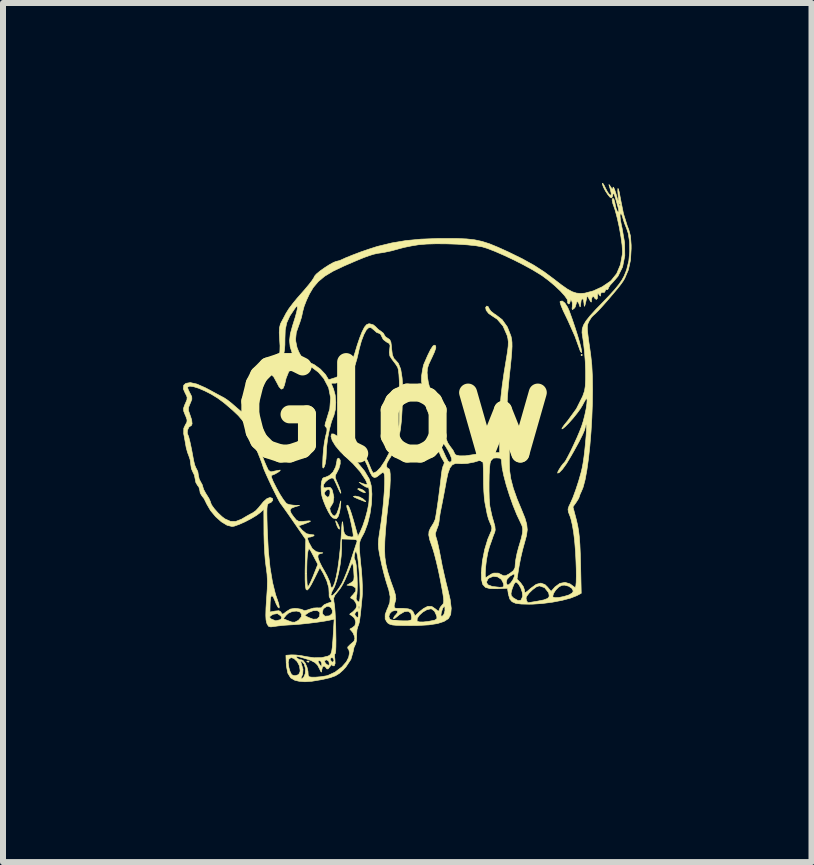
<source format=kicad_pcb>
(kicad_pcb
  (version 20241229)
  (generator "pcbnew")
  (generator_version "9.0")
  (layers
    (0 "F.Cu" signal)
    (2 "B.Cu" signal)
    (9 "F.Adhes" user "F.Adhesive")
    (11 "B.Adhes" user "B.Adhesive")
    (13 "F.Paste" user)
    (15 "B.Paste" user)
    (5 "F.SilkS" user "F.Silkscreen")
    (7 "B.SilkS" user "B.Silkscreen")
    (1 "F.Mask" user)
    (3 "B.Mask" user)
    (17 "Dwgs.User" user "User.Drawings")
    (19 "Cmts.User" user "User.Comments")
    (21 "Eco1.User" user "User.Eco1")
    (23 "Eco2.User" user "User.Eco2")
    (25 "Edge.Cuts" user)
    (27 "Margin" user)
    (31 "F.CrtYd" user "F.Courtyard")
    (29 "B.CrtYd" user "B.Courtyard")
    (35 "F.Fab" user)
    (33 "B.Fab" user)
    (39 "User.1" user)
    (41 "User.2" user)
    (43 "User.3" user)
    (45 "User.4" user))
  (footprint "Glow"
    (layer "F.Cu")
    (at 3.48 3.818)
    (property "Reference" "Glow" (at 0 0 0) (layer "F.SilkS") (effects (font (size 1.524 1.524) (thickness 0.3))))
    (attr through_hole)
    (fp_poly (pts (xy 3.175 -0.953) (xy 3.162 -0.94) (xy 3.15 -0.953) (xy 3.162 -0.965) (xy 3.175 -0.953)) (stroke (width 0.01) (type solid)) (fill yes) (layer "F.SilkS"))
    (fp_poly (pts (xy -1.38 4.149) (xy -1.384 4.164) (xy -1.397 4.166) (xy -1.418 4.156) (xy -1.414 4.149) (xy -1.384 4.146) (xy -1.38 4.149)) (stroke (width 0.01) (type solid)) (fill yes) (layer "F.SilkS"))
    (fp_poly (pts (xy -0.507 1.285) (xy -0.468 1.307) (xy -0.44 1.335) (xy -0.449 1.343) (xy -0.489 1.331) (xy -0.533 1.308) (xy -0.57 1.282) (xy -0.56 1.271) (xy -0.557 1.271) (xy -0.507 1.285)) (stroke (width 0.01) (type solid)) (fill yes) (layer "F.SilkS"))
    (fp_poly (pts (xy -0.917 1.831) (xy -0.899 1.863) (xy -0.876 1.916) (xy -0.873 1.948) (xy -0.874 1.949) (xy -0.891 1.939) (xy -0.914 1.894) (xy -0.914 1.894) (xy -0.935 1.83) (xy -0.936 1.809) (xy -0.917 1.831)) (stroke (width 0.01) (type solid)) (fill yes) (layer "F.SilkS"))
    (fp_poly (pts (xy -0.537 1.414) (xy -0.479 1.447) (xy -0.442 1.479) (xy -0.435 1.492) (xy -0.464 1.484) (xy -0.532 1.457) (xy -0.559 1.447) (xy -0.622 1.419) (xy -0.642 1.405) (xy -0.621 1.399) (xy -0.606 1.398) (xy -0.537 1.414)) (stroke (width 0.01) (type solid)) (fill yes) (layer "F.SilkS"))
    (fp_poly (pts (xy 2.883 -1.818) (xy 2.928 -1.748) (xy 2.955 -1.687) (xy 3.005 -1.549) (xy 3.052 -1.41) (xy 3.094 -1.279) (xy 3.128 -1.163) (xy 3.151 -1.071) (xy 3.162 -1.011) (xy 3.159 -0.991) (xy 3.143 -1.01) (xy 3.138 -1.022) (xy 3.051 -1.263) (xy 2.937 -1.52) (xy 2.902 -1.593) (xy 2.854 -1.692) (xy 2.82 -1.774) (xy 2.803 -1.829) (xy 2.803 -1.846) (xy 2.839 -1.853) (xy 2.883 -1.818)) (stroke (width 0.01) (type solid)) (fill yes) (layer "F.SilkS"))
    (fp_poly (pts (xy -0.883 0.768) (xy -0.861 0.799) (xy -0.861 0.86) (xy -0.881 0.935) (xy -0.913 0.999) (xy -0.94 1.049) (xy -0.944 1.088) (xy -0.925 1.141) (xy -0.913 1.166) (xy -0.878 1.248) (xy -0.853 1.325) (xy -0.851 1.335) (xy -0.851 1.353) (xy -0.867 1.328) (xy -0.896 1.267) (xy -0.898 1.261) (xy -0.933 1.182) (xy -0.961 1.124) (xy -0.974 1.1) (xy -1.008 1.097) (xy -1.058 1.121) (xy -1.106 1.161) (xy -1.136 1.204) (xy -1.139 1.214) (xy -1.138 1.255) (xy -1.111 1.262) (xy -1.082 1.256) (xy -1.031 1.252) (xy -1.001 1.283) (xy -0.991 1.307) (xy -0.967 1.416) (xy -0.98 1.509) (xy -1.007 1.554) (xy -1.035 1.6) (xy -1.026 1.651) (xy -1.021 1.664) (xy -0.985 1.72) (xy -0.952 1.73) (xy -0.919 1.692) (xy -0.886 1.604) (xy -0.856 1.486) (xy -0.851 1.479) (xy -0.852 1.514) (xy -0.855 1.56) (xy -0.871 1.662) (xy -0.894 1.736) (xy -0.923 1.774) (xy -0.934 1.776) (xy -0.973 1.766) (xy -0.985 1.761) (xy -1.018 1.728) (xy -1.059 1.66) (xy -1.103 1.57) (xy -1.143 1.471) (xy -1.166 1.397) (xy -1.174 1.347) (xy -1.128 1.347) (xy -1.113 1.382) (xy -1.111 1.385) (xy -1.071 1.418) (xy -1.046 1.404) (xy -1.032 1.366) (xy -1.03 1.307) (xy -1.053 1.284) (xy -1.094 1.302) (xy -1.101 1.308) (xy -1.128 1.347) (xy -1.174 1.347) (xy -1.178 1.319) (xy -1.18 1.235) (xy -1.172 1.16) (xy -1.156 1.107) (xy -1.136 1.091) (xy -1.102 1.082) (xy -1.046 1.057) (xy -1.042 1.055) (xy -0.981 0.998) (xy -0.936 0.91) (xy -0.915 0.808) (xy -0.915 0.792) (xy -0.897 0.767) (xy -0.883 0.768)) (stroke (width 0.01) (type solid)) (fill yes) (layer "F.SilkS"))
    (fp_poly (pts (xy 3.538 -3.777) (xy 3.554 -3.743) (xy 3.592 -3.671) (xy 3.625 -3.626) (xy 3.649 -3.613) (xy 3.656 -3.636) (xy 3.652 -3.66) (xy 3.634 -3.731) (xy 3.621 -3.772) (xy 3.617 -3.794) (xy 3.635 -3.771) (xy 3.642 -3.759) (xy 3.67 -3.718) (xy 3.681 -3.719) (xy 3.685 -3.747) (xy 3.692 -3.75) (xy 3.71 -3.713) (xy 3.733 -3.642) (xy 3.736 -3.632) (xy 3.784 -3.467) (xy 3.771 -3.6) (xy 3.764 -3.688) (xy 3.766 -3.727) (xy 3.774 -3.72) (xy 3.788 -3.668) (xy 3.806 -3.573) (xy 3.81 -3.55) (xy 3.859 -3.307) (xy 3.923 -3.102) (xy 3.947 -3.042) (xy 3.975 -2.937) (xy 3.987 -2.784) (xy 3.987 -2.725) (xy 3.976 -2.534) (xy 3.941 -2.373) (xy 3.879 -2.228) (xy 3.853 -2.184) (xy 3.815 -2.13) (xy 3.754 -2.053) (xy 3.678 -1.962) (xy 3.596 -1.866) (xy 3.515 -1.774) (xy 3.443 -1.695) (xy 3.388 -1.64) (xy 3.362 -1.618) (xy 3.327 -1.583) (xy 3.289 -1.524) (xy 3.286 -1.518) (xy 3.272 -1.489) (xy 3.262 -1.461) (xy 3.257 -1.427) (xy 3.257 -1.379) (xy 3.264 -1.309) (xy 3.276 -1.21) (xy 3.296 -1.074) (xy 3.313 -0.953) (xy 3.331 -0.789) (xy 3.341 -0.595) (xy 3.344 -0.379) (xy 3.341 -0.148) (xy 3.332 0.091) (xy 3.318 0.329) (xy 3.299 0.559) (xy 3.276 0.774) (xy 3.249 0.966) (xy 3.219 1.128) (xy 3.186 1.252) (xy 3.161 1.313) (xy 3.135 1.37) (xy 3.124 1.406) (xy 3.124 1.406) (xy 3.111 1.439) (xy 3.077 1.493) (xy 3.071 1.502) (xy 3.017 1.578) (xy 3.075 1.798) (xy 3.096 1.89) (xy 3.112 1.982) (xy 3.124 2.086) (xy 3.133 2.212) (xy 3.14 2.37) (xy 3.144 2.519) (xy 3.155 3.018) (xy 3.079 3.058) (xy 2.977 3.098) (xy 2.838 3.135) (xy 2.677 3.166) (xy 2.508 3.188) (xy 2.345 3.199) (xy 2.29 3.2) (xy 2.155 3.197) (xy 2.062 3.185) (xy 2.002 3.158) (xy 1.965 3.114) (xy 1.945 3.046) (xy 1.94 3.019) (xy 1.939 3.017) (xy 1.985 3.017) (xy 1.989 3.057) (xy 2.018 3.089) (xy 2.034 3.101) (xy 2.102 3.139) (xy 2.151 3.132) (xy 2.167 3.097) (xy 2.235 3.097) (xy 2.245 3.143) (xy 2.264 3.173) (xy 2.271 3.175) (xy 2.295 3.171) (xy 2.355 3.161) (xy 2.422 3.15) (xy 2.532 3.128) (xy 2.597 3.103) (xy 2.622 3.069) (xy 2.622 3.069) (xy 2.68 3.069) (xy 2.684 3.08) (xy 2.717 3.091) (xy 2.783 3.088) (xy 2.866 3.071) (xy 2.951 3.045) (xy 2.953 3.044) (xy 3.003 3.014) (xy 3.023 2.982) (xy 3 2.936) (xy 2.946 2.9) (xy 2.877 2.882) (xy 2.832 2.885) (xy 2.781 2.913) (xy 2.73 2.964) (xy 2.693 3.021) (xy 2.68 3.069) (xy 2.622 3.069) (xy 2.615 3.022) (xy 2.604 2.998) (xy 2.545 2.924) (xy 2.464 2.896) (xy 2.45 2.896) (xy 2.404 2.913) (xy 2.345 2.957) (xy 2.287 3.013) (xy 2.246 3.067) (xy 2.235 3.097) (xy 2.167 3.097) (xy 2.176 3.079) (xy 2.179 3.06) (xy 2.172 3) (xy 2.149 2.933) (xy 2.116 2.873) (xy 2.082 2.836) (xy 2.058 2.832) (xy 2.036 2.864) (xy 2.01 2.926) (xy 2.002 2.95) (xy 1.985 3.017) (xy 1.939 3.017) (xy 1.926 2.934) (xy 1.756 2.942) (xy 1.638 2.941) (xy 1.56 2.92) (xy 1.514 2.87) (xy 1.505 2.836) (xy 1.575 2.836) (xy 1.6 2.876) (xy 1.672 2.904) (xy 1.789 2.917) (xy 1.794 2.918) (xy 1.848 2.915) (xy 1.864 2.894) (xy 1.86 2.857) (xy 1.853 2.841) (xy 1.905 2.841) (xy 1.923 2.88) (xy 1.948 2.875) (xy 1.984 2.84) (xy 2.019 2.788) (xy 2.041 2.737) (xy 2.046 2.701) (xy 2.03 2.697) (xy 1.983 2.724) (xy 1.968 2.733) (xy 1.919 2.784) (xy 1.905 2.841) (xy 1.853 2.841) (xy 1.825 2.787) (xy 1.763 2.745) (xy 1.689 2.735) (xy 1.62 2.763) (xy 1.598 2.784) (xy 1.575 2.836) (xy 1.505 2.836) (xy 1.493 2.786) (xy 1.492 2.734) (xy 1.556 2.734) (xy 1.563 2.754) (xy 1.58 2.749) (xy 1.594 2.738) (xy 1.656 2.698) (xy 1.697 2.681) (xy 1.773 2.682) (xy 1.816 2.703) (xy 1.859 2.726) (xy 1.896 2.725) (xy 1.949 2.697) (xy 1.966 2.686) (xy 2.025 2.641) (xy 2.051 2.592) (xy 2.056 2.527) (xy 2.065 2.454) (xy 2.085 2.353) (xy 2.114 2.243) (xy 2.121 2.223) (xy 2.157 2.1) (xy 2.176 2.014) (xy 2.18 1.95) (xy 2.17 1.897) (xy 2.147 1.846) (xy 2.082 1.709) (xy 2.018 1.551) (xy 1.958 1.381) (xy 1.905 1.213) (xy 1.864 1.057) (xy 1.837 0.925) (xy 1.829 0.838) (xy 1.824 0.787) (xy 1.798 0.766) (xy 1.741 0.762) (xy 1.683 0.767) (xy 1.653 0.791) (xy 1.637 0.849) (xy 1.635 0.857) (xy 1.627 0.933) (xy 1.621 1.044) (xy 1.619 1.176) (xy 1.619 1.312) (xy 1.622 1.437) (xy 1.629 1.537) (xy 1.634 1.575) (xy 1.667 1.727) (xy 1.716 1.898) (xy 1.722 1.963) (xy 1.714 2) (xy 1.693 2.051) (xy 1.686 2.07) (xy 1.674 2.106) (xy 1.65 2.174) (xy 1.626 2.24) (xy 1.598 2.342) (xy 1.575 2.467) (xy 1.562 2.581) (xy 1.556 2.679) (xy 1.556 2.734) (xy 1.492 2.734) (xy 1.491 2.666) (xy 1.508 2.479) (xy 1.546 2.288) (xy 1.598 2.116) (xy 1.627 2.048) (xy 1.658 1.976) (xy 1.666 1.929) (xy 1.653 1.884) (xy 1.643 1.862) (xy 1.611 1.784) (xy 1.588 1.702) (xy 1.572 1.618) (xy 1.553 1.522) (xy 1.549 1.499) (xy 1.54 1.427) (xy 1.532 1.319) (xy 1.527 1.192) (xy 1.526 1.083) (xy 1.524 0.955) (xy 1.521 0.87) (xy 1.515 0.82) (xy 1.504 0.798) (xy 1.488 0.796) (xy 1.483 0.798) (xy 1.371 0.832) (xy 1.256 0.854) (xy 1.159 0.859) (xy 1.135 0.857) (xy 1.062 0.854) (xy 1.008 0.876) (xy 0.967 0.929) (xy 0.934 1.02) (xy 0.905 1.155) (xy 0.903 1.168) (xy 0.879 1.3) (xy 0.853 1.437) (xy 0.83 1.556) (xy 0.824 1.584) (xy 0.805 1.681) (xy 0.792 1.764) (xy 0.787 1.815) (xy 0.776 1.877) (xy 0.749 1.949) (xy 0.748 1.951) (xy 0.723 2.026) (xy 0.733 2.076) (xy 0.747 2.119) (xy 0.767 2.199) (xy 0.79 2.306) (xy 0.811 2.414) (xy 0.839 2.561) (xy 0.874 2.718) (xy 0.908 2.863) (xy 0.927 2.934) (xy 0.971 3.121) (xy 0.989 3.267) (xy 0.98 3.371) (xy 0.944 3.437) (xy 0.942 3.44) (xy 0.868 3.487) (xy 0.761 3.522) (xy 0.618 3.544) (xy 0.433 3.555) (xy 0.313 3.556) (xy 0.174 3.555) (xy 0.076 3.552) (xy 0.011 3.546) (xy -0.032 3.535) (xy -0.061 3.519) (xy -0.077 3.505) (xy -0.092 3.48) (xy 0.42 3.48) (xy 0.421 3.482) (xy 0.454 3.495) (xy 0.522 3.496) (xy 0.608 3.487) (xy 0.698 3.469) (xy 0.719 3.464) (xy 0.751 3.439) (xy 0.747 3.395) (xy 0.744 3.388) (xy 0.816 3.388) (xy 0.831 3.401) (xy 0.841 3.399) (xy 0.867 3.368) (xy 0.884 3.308) (xy 0.884 3.3) (xy 0.883 3.247) (xy 0.869 3.237) (xy 0.847 3.267) (xy 0.825 3.334) (xy 0.824 3.337) (xy 0.816 3.388) (xy 0.744 3.388) (xy 0.71 3.316) (xy 0.661 3.279) (xy 0.646 3.277) (xy 0.582 3.292) (xy 0.515 3.331) (xy 0.458 3.383) (xy 0.422 3.436) (xy 0.42 3.48) (xy -0.092 3.48) (xy -0.112 3.446) (xy -0.112 3.406) (xy -0.051 3.406) (xy -0.035 3.447) (xy -0.006 3.462) (xy 0.043 3.469) (xy 0.122 3.475) (xy 0.184 3.477) (xy 0.266 3.477) (xy 0.31 3.47) (xy 0.327 3.451) (xy 0.33 3.419) (xy 0.315 3.349) (xy 0.272 3.317) (xy 0.207 3.325) (xy 0.127 3.372) (xy 0.095 3.399) (xy 0.051 3.434) (xy 0.027 3.441) (xy 0.025 3.437) (xy 0.043 3.4) (xy 0.064 3.378) (xy 0.098 3.336) (xy 0.089 3.308) (xy 0.056 3.302) (xy 0.000193 3.319) (xy -0.037 3.359) (xy -0.051 3.406) (xy -0.112 3.406) (xy -0.112 3.372) (xy -0.075 3.273) (xy -0.066 3.256) (xy -0.034 3.169) (xy -0.029 3.075) (xy -0.052 2.959) (xy -0.078 2.88) (xy -0.106 2.788) (xy -0.139 2.666) (xy -0.171 2.534) (xy -0.184 2.471) (xy -0.208 2.357) (xy -0.221 2.273) (xy -0.226 2.2) (xy -0.222 2.124) (xy -0.209 2.027) (xy -0.193 1.925) (xy -0.172 1.78) (xy -0.153 1.625) (xy -0.138 1.469) (xy -0.127 1.323) (xy -0.121 1.196) (xy -0.12 1.098) (xy -0.125 1.039) (xy -0.126 1.034) (xy -0.14 1.005) (xy -0.162 1.008) (xy -0.202 1.04) (xy -0.254 1.08) (xy -0.294 1.09) (xy -0.329 1.065) (xy -0.364 1.002) (xy -0.407 0.895) (xy -0.409 0.889) (xy -0.488 0.725) (xy -0.595 0.583) (xy -0.716 0.474) (xy -0.74 0.459) (xy -0.793 0.422) (xy -0.803 0.408) (xy -0.771 0.416) (xy -0.716 0.442) (xy -0.602 0.527) (xy -0.496 0.652) (xy -0.406 0.808) (xy -0.369 0.895) (xy -0.34 0.964) (xy -0.317 1.007) (xy -0.308 1.015) (xy -0.254 0.99) (xy -0.189 0.922) (xy -0.118 0.815) (xy -0.043 0.674) (xy -0.012 0.61) (xy 0.022 0.535) (xy 0.052 0.471) (xy 0.055 0.466) (xy 0.07 0.413) (xy 0.065 0.384) (xy 0.066 0.345) (xy 0.089 0.296) (xy 0.107 0.26) (xy 0.119 0.214) (xy 0.124 0.148) (xy 0.125 0.05) (xy 0.122 -0.088) (xy 0.122 -0.089) (xy 0.122 -0.15) (xy 0.124 -0.226) (xy 0.124 -0.229) (xy 0.127 -0.377) (xy 0.124 -0.515) (xy 0.117 -0.63) (xy 0.106 -0.714) (xy 0.096 -0.749) (xy 0.061 -0.803) (xy 0.012 -0.868) (xy 0.007 -0.874) (xy -0.034 -0.936) (xy -0.043 -0.999) (xy -0.037 -1.045) (xy -0.03 -1.11) (xy -0.043 -1.144) (xy -0.083 -1.166) (xy -0.086 -1.167) (xy -0.144 -1.211) (xy -0.167 -1.257) (xy -0.19 -1.302) (xy -0.216 -1.315) (xy -0.253 -1.328) (xy -0.296 -1.367) (xy -0.348 -1.409) (xy -0.385 -1.409) (xy -0.425 -1.372) (xy -0.467 -1.294) (xy -0.508 -1.187) (xy -0.543 -1.06) (xy -0.558 -0.992) (xy -0.583 -0.886) (xy -0.614 -0.784) (xy -0.638 -0.725) (xy -0.699 -0.632) (xy -0.781 -0.554) (xy -0.869 -0.5) (xy -0.943 -0.483) (xy -1.013 -0.483) (xy -0.973 -0.387) (xy -0.945 -0.285) (xy -0.935 -0.164) (xy -0.942 -0.044) (xy -0.966 0.053) (xy -0.972 0.066) (xy -1.007 0.159) (xy -1.041 0.286) (xy -1.069 0.43) (xy -1.087 0.572) (xy -1.093 0.683) (xy -1.098 0.779) (xy -1.111 0.863) (xy -1.127 0.91) (xy -1.142 0.932) (xy -1.151 0.925) (xy -1.154 0.884) (xy -1.151 0.802) (xy -1.149 0.745) (xy -1.14 0.624) (xy -1.125 0.506) (xy -1.107 0.411) (xy -1.103 0.395) (xy -1.083 0.316) (xy -1.082 0.272) (xy -1.098 0.25) (xy -1.116 0.226) (xy -1.108 0.18) (xy -1.096 0.147) (xy -1.035 -0.055) (xy -1.021 -0.239) (xy -1.054 -0.407) (xy -1.135 -0.561) (xy -1.223 -0.664) (xy -1.331 -0.746) (xy -1.443 -0.786) (xy -1.55 -0.786) (xy -1.645 -0.748) (xy -1.719 -0.674) (xy -1.763 -0.564) (xy -1.764 -0.559) (xy -1.79 -0.451) (xy -1.815 -0.393) (xy -1.844 -0.384) (xy -1.88 -0.422) (xy -1.925 -0.508) (xy -1.926 -0.509) (xy -1.97 -0.59) (xy -2.013 -0.627) (xy -2.071 -0.625) (xy -2.151 -0.593) (xy -2.224 -0.55) (xy -2.272 -0.498) (xy -2.301 -0.424) (xy -2.314 -0.319) (xy -2.316 -0.211) (xy -2.322 -0.058) (xy -2.34 0.048) (xy -2.355 0.087) (xy -2.379 0.147) (xy -2.373 0.192) (xy -2.361 0.214) (xy -2.334 0.268) (xy -2.3 0.348) (xy -2.283 0.394) (xy -2.254 0.468) (xy -2.228 0.505) (xy -2.192 0.517) (xy -2.154 0.517) (xy -2.1 0.516) (xy -2.092 0.521) (xy -2.128 0.539) (xy -2.134 0.541) (xy -2.182 0.563) (xy -2.204 0.572) (xy -2.201 0.597) (xy -2.184 0.656) (xy -2.157 0.735) (xy -2.124 0.821) (xy -2.09 0.9) (xy -2.061 0.96) (xy -2.059 0.965) (xy -2.023 0.993) (xy -2.003 0.993) (xy -1.952 0.981) (xy -1.905 0.972) (xy -1.861 0.965) (xy -1.864 0.976) (xy -1.892 0.998) (xy -1.949 1.031) (xy -1.984 1.045) (xy -2.007 1.055) (xy -2.008 1.081) (xy -1.987 1.134) (xy -1.978 1.156) (xy -1.923 1.264) (xy -1.866 1.367) (xy -1.811 1.453) (xy -1.767 1.51) (xy -1.75 1.526) (xy -1.701 1.542) (xy -1.631 1.551) (xy -1.626 1.551) (xy -1.537 1.554) (xy -1.619 1.578) (xy -1.678 1.602) (xy -1.697 1.634) (xy -1.679 1.684) (xy -1.636 1.745) (xy -1.592 1.797) (xy -1.551 1.82) (xy -1.491 1.821) (xy -1.454 1.817) (xy -1.38 1.811) (xy -1.355 1.815) (xy -1.379 1.831) (xy -1.452 1.859) (xy -1.459 1.862) (xy -1.555 1.895) (xy -1.493 1.968) (xy -1.423 2.025) (xy -1.349 2.04) (xy -1.299 2.045) (xy -1.297 2.059) (xy -1.301 2.061) (xy -1.355 2.08) (xy -1.377 2.082) (xy -1.402 2.087) (xy -1.406 2.108) (xy -1.388 2.16) (xy -1.38 2.177) (xy -1.327 2.273) (xy -1.26 2.325) (xy -1.194 2.339) (xy -1.151 2.343) (xy -1.157 2.349) (xy -1.187 2.355) (xy -1.227 2.371) (xy -1.233 2.41) (xy -1.228 2.434) (xy -1.207 2.492) (xy -1.167 2.573) (xy -1.127 2.642) (xy -1.079 2.73) (xy -1.041 2.815) (xy -1.026 2.865) (xy -1.013 2.918) (xy -0.999 2.927) (xy -0.978 2.903) (xy -0.953 2.843) (xy -0.927 2.74) (xy -0.901 2.604) (xy -0.879 2.443) (xy -0.86 2.266) (xy -0.846 2.083) (xy -0.838 1.951) (xy -0.832 1.867) (xy -0.826 1.827) (xy -0.821 1.827) (xy -0.816 1.863) (xy -0.813 1.892) (xy -0.804 1.978) (xy -0.789 2.027) (xy -0.763 2.054) (xy -0.731 2.068) (xy -0.676 2.08) (xy -0.645 2.076) (xy -0.644 2.046) (xy -0.653 1.981) (xy -0.67 1.893) (xy -0.691 1.796) (xy -0.714 1.702) (xy -0.736 1.627) (xy -0.748 1.594) (xy -0.753 1.557) (xy -0.742 1.549) (xy -0.725 1.562) (xy -0.705 1.603) (xy -0.678 1.679) (xy -0.643 1.793) (xy -0.601 1.943) (xy -0.566 2.069) (xy -0.527 1.994) (xy -0.484 1.892) (xy -0.442 1.766) (xy -0.407 1.635) (xy -0.385 1.519) (xy -0.381 1.471) (xy -0.378 1.355) (xy -0.381 1.285) (xy -0.39 1.254) (xy -0.401 1.254) (xy -0.432 1.248) (xy -0.481 1.218) (xy -0.483 1.217) (xy -0.546 1.168) (xy -0.476 1.193) (xy -0.426 1.208) (xy -0.41 1.198) (xy -0.425 1.156) (xy -0.442 1.123) (xy -0.527 0.994) (xy -0.648 0.857) (xy -0.761 0.752) (xy -0.859 0.658) (xy -0.94 0.561) (xy -0.994 0.472) (xy -1.015 0.401) (xy -1.015 0.4) (xy -1.004 0.362) (xy -0.967 0.364) (xy -0.902 0.405) (xy -0.863 0.438) (xy -0.778 0.506) (xy -0.686 0.574) (xy -0.663 0.59) (xy -0.602 0.636) (xy -0.565 0.676) (xy -0.559 0.69) (xy -0.574 0.697) (xy -0.613 0.672) (xy -0.616 0.669) (xy -0.67 0.626) (xy -0.746 0.571) (xy -0.794 0.538) (xy -0.868 0.495) (xy -0.907 0.483) (xy -0.913 0.499) (xy -0.885 0.54) (xy -0.826 0.601) (xy -0.754 0.665) (xy -0.586 0.823) (xy -0.455 0.982) (xy -0.376 1.115) (xy -0.345 1.223) (xy -0.333 1.363) (xy -0.34 1.524) (xy -0.364 1.691) (xy -0.403 1.853) (xy -0.456 1.996) (xy -0.481 2.045) (xy -0.507 2.092) (xy -0.526 2.132) (xy -0.537 2.174) (xy -0.542 2.225) (xy -0.54 2.296) (xy -0.532 2.394) (xy -0.519 2.529) (xy -0.508 2.629) (xy -0.498 2.764) (xy -0.492 2.901) (xy -0.492 3.019) (xy -0.495 3.073) (xy -0.511 3.236) (xy -0.523 3.356) (xy -0.534 3.441) (xy -0.543 3.499) (xy -0.553 3.538) (xy -0.564 3.565) (xy -0.566 3.569) (xy -0.582 3.626) (xy -0.588 3.705) (xy -0.587 3.73) (xy -0.59 3.806) (xy -0.604 3.863) (xy -0.61 3.874) (xy -0.632 3.922) (xy -0.646 3.992) (xy -0.647 3.995) (xy -0.683 4.119) (xy -0.767 4.246) (xy -0.811 4.295) (xy -0.875 4.352) (xy -0.942 4.393) (xy -1.028 4.424) (xy -1.148 4.452) (xy -1.184 4.459) (xy -1.333 4.484) (xy -1.449 4.492) (xy -1.546 4.484) (xy -1.616 4.468) (xy -1.687 4.427) (xy -1.734 4.349) (xy -1.758 4.229) (xy -1.761 4.175) (xy -1.761 4.169) (xy -1.728 4.169) (xy -1.716 4.257) (xy -1.699 4.316) (xy -1.672 4.372) (xy -1.635 4.39) (xy -1.604 4.389) (xy -1.554 4.373) (xy -1.532 4.329) (xy -1.529 4.304) (xy -1.54 4.228) (xy -1.577 4.156) (xy -1.586 4.148) (xy -1.521 4.148) (xy -1.512 4.18) (xy -1.481 4.285) (xy -1.487 4.367) (xy -1.499 4.394) (xy -1.516 4.435) (xy -1.504 4.442) (xy -1.496 4.44) (xy -1.466 4.41) (xy -1.444 4.358) (xy -1.439 4.275) (xy -1.461 4.198) (xy -1.501 4.151) (xy -1.521 4.148) (xy -1.586 4.148) (xy -1.631 4.105) (xy -1.678 4.089) (xy -1.715 4.111) (xy -1.728 4.169) (xy -1.761 4.169) (xy -1.765 4.07) (xy -1.596 4.07) (xy -1.588 4.086) (xy -1.576 4.101) (xy -1.536 4.126) (xy -1.515 4.125) (xy -1.482 4.136) (xy -1.445 4.182) (xy -1.415 4.248) (xy -1.398 4.32) (xy -1.397 4.34) (xy -1.394 4.387) (xy -1.377 4.41) (xy -1.332 4.416) (xy -1.276 4.416) (xy -1.181 4.408) (xy -1.089 4.393) (xy -1.067 4.387) (xy -0.947 4.332) (xy -0.832 4.244) (xy -0.758 4.16) (xy -0.72 4.085) (xy -0.706 4.011) (xy -0.718 3.955) (xy -0.733 3.939) (xy -0.736 3.914) (xy -0.695 3.872) (xy -0.684 3.863) (xy -0.632 3.817) (xy -0.617 3.774) (xy -0.622 3.738) (xy -0.648 3.676) (xy -0.676 3.641) (xy -0.7 3.616) (xy -0.678 3.6) (xy -0.665 3.596) (xy -0.617 3.558) (xy -0.602 3.499) (xy -0.62 3.438) (xy -0.647 3.409) (xy -0.704 3.367) (xy -0.699 3.363) (xy -0.621 3.363) (xy -0.607 3.394) (xy -0.576 3.425) (xy -0.562 3.413) (xy -0.559 3.362) (xy -0.563 3.318) (xy -0.581 3.316) (xy -0.597 3.328) (xy -0.621 3.363) (xy -0.699 3.363) (xy -0.644 3.32) (xy -0.601 3.273) (xy -0.593 3.251) (xy -0.559 3.251) (xy -0.55 3.272) (xy -0.542 3.268) (xy -0.539 3.238) (xy -0.542 3.234) (xy -0.557 3.238) (xy -0.559 3.251) (xy -0.593 3.251) (xy -0.585 3.23) (xy -0.602 3.173) (xy -0.639 3.123) (xy -0.681 3.099) (xy -0.684 3.099) (xy -0.687 3.085) (xy -0.658 3.051) (xy -0.648 3.042) (xy -0.602 2.983) (xy -0.602 2.932) (xy -0.647 2.898) (xy -0.682 2.89) (xy -0.749 2.882) (xy -0.686 2.845) (xy -0.652 2.821) (xy -0.634 2.791) (xy -0.63 2.741) (xy -0.635 2.657) (xy -0.636 2.642) (xy -0.645 2.555) (xy -0.656 2.516) (xy -0.668 2.522) (xy -0.67 2.527) (xy -0.73 2.676) (xy -0.778 2.787) (xy -0.818 2.868) (xy -0.855 2.929) (xy -0.893 2.98) (xy -0.9 2.988) (xy -0.95 3.051) (xy -0.97 3.1) (xy -0.967 3.154) (xy -0.963 3.174) (xy -0.954 3.233) (xy -0.947 3.323) (xy -0.941 3.435) (xy -0.936 3.559) (xy -0.934 3.686) (xy -0.932 3.805) (xy -0.933 3.906) (xy -0.936 3.981) (xy -0.942 4.02) (xy -0.945 4.022) (xy -0.955 4.036) (xy -0.954 4.085) (xy -0.95 4.11) (xy -0.946 4.186) (xy -0.961 4.226) (xy -0.962 4.227) (xy -0.988 4.225) (xy -0.991 4.212) (xy -1.002 4.206) (xy -1.031 4.237) (xy -1.032 4.239) (xy -1.064 4.278) (xy -1.084 4.277) (xy -1.097 4.257) (xy -1.129 4.229) (xy -1.156 4.244) (xy -1.169 4.297) (xy -1.169 4.3) (xy -1.173 4.331) (xy -1.185 4.32) (xy -1.204 4.28) (xy -1.238 4.215) (xy -1.283 4.171) (xy -1.329 4.147) (xy -1.231 4.147) (xy -1.222 4.177) (xy -1.213 4.191) (xy -1.186 4.23) (xy -1.175 4.242) (xy -1.17 4.22) (xy -1.168 4.191) (xy -1.184 4.15) (xy -1.192 4.146) (xy -1.125 4.146) (xy -1.112 4.175) (xy -1.097 4.194) (xy -1.06 4.22) (xy -1.042 4.204) (xy -1.05 4.154) (xy -1.051 4.152) (xy -1.082 4.128) (xy -1.102 4.13) (xy -1.125 4.146) (xy -1.192 4.146) (xy -1.207 4.14) (xy -1.231 4.147) (xy -1.329 4.147) (xy -1.351 4.136) (xy -1.441 4.106) (xy -1.028 4.106) (xy -1.025 4.128) (xy -1 4.161) (xy -0.988 4.166) (xy -0.968 4.145) (xy -0.965 4.128) (xy -0.985 4.094) (xy -1.003 4.089) (xy -1.028 4.106) (xy -1.441 4.106) (xy -1.446 4.105) (xy -1.534 4.079) (xy -1.581 4.068) (xy -1.596 4.07) (xy -1.765 4.07) (xy -1.765 4.051) (xy -1.676 4.044) (xy -1.602 4.046) (xy -1.504 4.058) (xy -1.435 4.072) (xy -1.298 4.092) (xy -1.17 4.09) (xy -1.066 4.065) (xy -1.038 4.051) (xy -1.018 4.029) (xy -1.003 3.985) (xy -0.992 3.91) (xy -0.983 3.796) (xy -0.979 3.737) (xy -0.962 3.448) (xy -1.034 3.465) (xy -1.118 3.481) (xy -1.237 3.499) (xy -1.373 3.516) (xy -1.511 3.531) (xy -1.633 3.541) (xy -1.689 3.544) (xy -1.795 3.551) (xy -1.899 3.562) (xy -1.949 3.569) (xy -2.017 3.578) (xy -2.054 3.569) (xy -2.076 3.536) (xy -2.085 3.515) (xy -2.097 3.462) (xy -2.1 3.409) (xy -2.038 3.409) (xy -2.028 3.432) (xy -2.011 3.446) (xy -1.935 3.477) (xy -1.86 3.458) (xy -1.856 3.456) (xy -1.842 3.441) (xy -1.809 3.441) (xy -1.736 3.472) (xy -1.665 3.498) (xy -1.617 3.499) (xy -1.568 3.474) (xy -1.554 3.465) (xy -1.509 3.411) (xy -1.506 3.386) (xy -1.454 3.386) (xy -1.394 3.419) (xy -1.311 3.45) (xy -1.246 3.446) (xy -1.208 3.408) (xy -1.207 3.404) (xy -1.2 3.351) (xy -1.204 3.338) (xy -1.159 3.338) (xy -1.152 3.365) (xy -1.116 3.4) (xy -1.049 3.395) (xy -1.031 3.388) (xy -0.995 3.354) (xy -0.991 3.305) (xy -1.013 3.259) (xy -1.055 3.234) (xy -1.087 3.237) (xy -1.143 3.276) (xy -1.159 3.338) (xy -1.204 3.338) (xy -1.206 3.328) (xy -1.247 3.305) (xy -1.312 3.308) (xy -1.381 3.335) (xy -1.395 3.344) (xy -1.454 3.386) (xy -1.506 3.386) (xy -1.504 3.369) (xy -1.531 3.33) (xy -1.587 3.314) (xy -1.656 3.32) (xy -1.723 3.348) (xy -1.76 3.381) (xy -1.809 3.441) (xy -1.842 3.441) (xy -1.833 3.43) (xy -1.85 3.396) (xy -1.853 3.393) (xy -1.907 3.356) (xy -1.975 3.367) (xy -2.005 3.383) (xy -2.038 3.409) (xy -2.1 3.409) (xy -2.101 3.38) (xy -2.098 3.262) (xy -2.088 3.111) (xy -2.077 2.946) (xy -2.074 2.814) (xy -2.08 2.701) (xy -2.094 2.59) (xy -2.096 2.578) (xy -2.109 2.476) (xy -2.12 2.339) (xy -2.128 2.184) (xy -2.132 2.028) (xy -2.132 1.996) (xy -2.134 1.617) (xy -2.191 1.671) (xy -2.255 1.719) (xy -2.345 1.773) (xy -2.446 1.826) (xy -2.545 1.87) (xy -2.626 1.899) (xy -2.664 1.905) (xy -2.747 1.884) (xy -2.842 1.826) (xy -2.937 1.741) (xy -3.022 1.639) (xy -3.086 1.529) (xy -3.097 1.506) (xy -3.129 1.441) (xy -3.164 1.396) (xy -3.165 1.395) (xy -3.194 1.347) (xy -3.2 1.308) (xy -3.216 1.248) (xy -3.239 1.219) (xy -3.267 1.171) (xy -3.277 1.119) (xy -3.291 1.048) (xy -3.314 1.002) (xy -3.341 0.941) (xy -3.352 0.868) (xy -3.362 0.791) (xy -3.383 0.729) (xy -3.406 0.669) (xy -3.428 0.587) (xy -3.433 0.559) (xy -3.449 0.467) (xy -3.465 0.38) (xy -3.469 0.362) (xy -3.469 0.348) (xy -3.41 0.348) (xy -3.403 0.368) (xy -3.386 0.41) (xy -3.364 0.497) (xy -3.337 0.624) (xy -3.307 0.786) (xy -3.303 0.808) (xy -3.285 0.882) (xy -3.262 0.936) (xy -3.255 0.946) (xy -3.233 0.993) (xy -3.226 1.042) (xy -3.211 1.113) (xy -3.189 1.157) (xy -3.159 1.211) (xy -3.15 1.245) (xy -3.136 1.289) (xy -3.102 1.352) (xy -3.086 1.377) (xy -3.047 1.44) (xy -3.025 1.489) (xy -3.023 1.5) (xy -3.005 1.545) (xy -2.96 1.608) (xy -2.898 1.678) (xy -2.831 1.741) (xy -2.784 1.777) (xy -2.69 1.819) (xy -2.603 1.821) (xy -2.505 1.783) (xy -2.477 1.766) (xy -2.402 1.722) (xy -2.338 1.687) (xy -2.321 1.679) (xy -2.268 1.642) (xy -2.215 1.585) (xy -2.214 1.583) (xy -2.141 1.493) (xy -2.084 1.442) (xy -2.036 1.423) (xy -2.028 1.422) (xy -1.989 1.437) (xy -1.985 1.47) (xy -2.014 1.503) (xy -2.035 1.512) (xy -2.054 1.52) (xy -2.068 1.534) (xy -2.077 1.56) (xy -2.082 1.608) (xy -2.083 1.682) (xy -2.081 1.792) (xy -2.077 1.943) (xy -2.075 1.99) (xy -2.059 2.306) (xy -2.03 2.59) (xy -1.989 2.836) (xy -1.938 3.04) (xy -1.911 3.118) (xy -1.886 3.192) (xy -1.876 3.246) (xy -1.88 3.264) (xy -1.898 3.249) (xy -1.926 3.199) (xy -1.946 3.148) (xy -1.977 3.077) (xy -2.002 3.056) (xy -2.019 3.084) (xy -2.028 3.163) (xy -2.03 3.221) (xy -2.032 3.33) (xy -1.947 3.314) (xy -1.883 3.308) (xy -1.852 3.327) (xy -1.845 3.34) (xy -1.83 3.364) (xy -1.804 3.359) (xy -1.757 3.322) (xy -1.692 3.281) (xy -1.62 3.269) (xy -1.579 3.272) (xy -1.514 3.283) (xy -1.477 3.298) (xy -1.473 3.303) (xy -1.453 3.308) (xy -1.402 3.294) (xy -1.381 3.286) (xy -1.306 3.264) (xy -1.24 3.26) (xy -1.231 3.262) (xy -1.177 3.26) (xy -1.16 3.239) (xy -1.127 3.208) (xy -1.067 3.182) (xy -1.063 3.181) (xy -1.011 3.164) (xy -1.001 3.146) (xy -1.019 3.125) (xy -1.045 3.072) (xy -1.046 3.046) (xy -1.016 3.046) (xy -1.004 3.061) (xy -0.972 3.041) (xy -0.927 2.993) (xy -0.878 2.926) (xy -0.831 2.85) (xy -0.796 2.773) (xy -0.752 2.665) (xy -0.708 2.543) (xy -0.686 2.477) (xy -0.671 2.431) (xy -0.629 2.431) (xy -0.616 2.46) (xy -0.604 2.492) (xy -0.593 2.561) (xy -0.585 2.656) (xy -0.579 2.764) (xy -0.576 2.871) (xy -0.578 2.965) (xy -0.583 3.034) (xy -0.59 3.06) (xy -0.596 3.115) (xy -0.58 3.142) (xy -0.555 3.165) (xy -0.541 3.148) (xy -0.533 3.11) (xy -0.53 3.057) (xy -0.53 2.966) (xy -0.534 2.85) (xy -0.54 2.726) (xy -0.55 2.6) (xy -0.561 2.488) (xy -0.572 2.403) (xy -0.582 2.356) (xy -0.598 2.319) (xy -0.609 2.324) (xy -0.623 2.371) (xy -0.629 2.431) (xy -0.671 2.431) (xy -0.65 2.365) (xy -0.618 2.268) (xy -0.595 2.198) (xy -0.585 2.172) (xy -0.579 2.142) (xy -0.595 2.126) (xy -0.644 2.119) (xy -0.702 2.117) (xy -0.838 2.113) (xy -0.838 2.275) (xy -0.845 2.4) (xy -0.862 2.54) (xy -0.888 2.68) (xy -0.92 2.805) (xy -0.953 2.902) (xy -0.969 2.934) (xy -1.001 2.995) (xy -1.016 3.043) (xy -1.016 3.046) (xy -1.046 3.046) (xy -1.046 3.02) (xy -1.051 2.926) (xy -1.085 2.809) (xy -1.142 2.687) (xy -1.15 2.674) (xy -1.2 2.588) (xy -1.292 2.773) (xy -1.344 2.874) (xy -1.384 2.939) (xy -1.412 2.965) (xy -1.431 2.951) (xy -1.442 2.894) (xy -1.446 2.792) (xy -1.446 2.686) (xy -1.419 2.686) (xy -1.417 2.782) (xy -1.413 2.859) (xy -1.405 2.903) (xy -1.399 2.91) (xy -1.379 2.881) (xy -1.348 2.817) (xy -1.311 2.731) (xy -1.305 2.715) (xy -1.234 2.535) (xy -1.309 2.392) (xy -1.35 2.315) (xy -1.374 2.279) (xy -1.387 2.278) (xy -1.396 2.308) (xy -1.4 2.325) (xy -1.409 2.388) (xy -1.415 2.477) (xy -1.418 2.58) (xy -1.419 2.686) (xy -1.446 2.686) (xy -1.446 2.643) (xy -1.444 2.549) (xy -1.435 2.121) (xy -1.637 1.829) (xy -1.711 1.722) (xy -1.775 1.631) (xy -1.823 1.564) (xy -1.85 1.528) (xy -1.853 1.524) (xy -1.872 1.494) (xy -1.907 1.428) (xy -1.952 1.338) (xy -2.003 1.235) (xy -2.052 1.13) (xy -2.096 1.034) (xy -2.129 0.958) (xy -2.145 0.914) (xy -2.163 0.857) (xy -2.193 0.776) (xy -2.238 0.664) (xy -2.299 0.514) (xy -2.317 0.47) (xy -2.376 0.335) (xy -2.43 0.228) (xy -2.488 0.139) (xy -2.559 0.056) (xy -2.652 -0.032) (xy -2.774 -0.137) (xy -2.807 -0.164) (xy -2.902 -0.234) (xy -3.008 -0.299) (xy -3.116 -0.354) (xy -3.218 -0.398) (xy -3.305 -0.425) (xy -3.369 -0.434) (xy -3.401 -0.419) (xy -3.404 -0.408) (xy -3.392 -0.372) (xy -3.364 -0.315) (xy -3.361 -0.311) (xy -3.335 -0.258) (xy -3.333 -0.216) (xy -3.355 -0.159) (xy -3.362 -0.144) (xy -3.388 -0.079) (xy -3.39 -0.028) (xy -3.367 0.037) (xy -3.366 0.04) (xy -3.336 0.129) (xy -3.329 0.195) (xy -3.345 0.227) (xy -3.354 0.229) (xy -3.383 0.25) (xy -3.405 0.298) (xy -3.41 0.348) (xy -3.469 0.348) (xy -3.468 0.269) (xy -3.442 0.213) (xy -3.416 0.167) (xy -3.413 0.128) (xy -3.432 0.073) (xy -3.443 0.049) (xy -3.469 -0.017) (xy -3.472 -0.064) (xy -3.453 -0.119) (xy -3.442 -0.143) (xy -3.415 -0.206) (xy -3.412 -0.25) (xy -3.432 -0.296) (xy -3.439 -0.306) (xy -3.475 -0.389) (xy -3.469 -0.448) (xy -3.434 -0.48) (xy -3.359 -0.493) (xy -3.251 -0.469) (xy -3.109 -0.407) (xy -3.033 -0.367) (xy -2.94 -0.316) (xy -2.856 -0.271) (xy -2.799 -0.241) (xy -2.794 -0.238) (xy -2.744 -0.205) (xy -2.672 -0.149) (xy -2.594 -0.081) (xy -2.591 -0.078) (xy -2.509 -0.009) (xy -2.451 0.023) (xy -2.414 0.014) (xy -2.394 -0.038) (xy -2.386 -0.136) (xy -2.385 -0.219) (xy -2.382 -0.34) (xy -2.369 -0.424) (xy -2.346 -0.481) (xy -2.342 -0.486) (xy -2.262 -0.581) (xy -2.163 -0.656) (xy -2.064 -0.7) (xy -2.046 -0.703) (xy -1.993 -0.716) (xy -1.958 -0.743) (xy -1.956 -0.748) (xy -1.819 -0.748) (xy -1.796 -0.75) (xy -1.753 -0.767) (xy -1.701 -0.795) (xy -1.676 -0.813) (xy -1.613 -0.861) (xy -1.661 -0.983) (xy -1.695 -1.089) (xy -1.705 -1.191) (xy -1.704 -1.202) (xy -1.606 -1.202) (xy -1.581 -1.079) (xy -1.554 -1.01) (xy -1.509 -0.924) (xy -1.469 -0.874) (xy -1.422 -0.846) (xy -1.401 -0.84) (xy -1.296 -0.793) (xy -1.192 -0.718) (xy -1.11 -0.631) (xy -1.096 -0.61) (xy -1.054 -0.54) (xy -0.932 -0.579) (xy -0.822 -0.632) (xy -0.735 -0.715) (xy -0.667 -0.836) (xy -0.612 -1) (xy -0.612 -1.002) (xy -0.577 -1.119) (xy -0.536 -1.239) (xy -0.498 -1.335) (xy -0.497 -1.337) (xy -0.457 -1.416) (xy -0.422 -1.458) (xy -0.385 -1.473) (xy -0.371 -1.473) (xy -0.309 -1.455) (xy -0.274 -1.426) (xy -0.225 -1.377) (xy -0.184 -1.349) (xy -0.141 -1.315) (xy -0.127 -1.288) (xy -0.106 -1.255) (xy -0.07 -1.232) (xy -0.036 -1.209) (xy -0.017 -1.169) (xy -0.007 -1.098) (xy -0.005 -1.061) (xy 0.008 -0.956) (xy 0.033 -0.895) (xy 0.046 -0.883) (xy 0.107 -0.815) (xy 0.147 -0.717) (xy 0.169 -0.58) (xy 0.171 -0.561) (xy 0.177 -0.469) (xy 0.181 -0.394) (xy 0.181 -0.356) (xy 0.179 -0.316) (xy 0.176 -0.237) (xy 0.173 -0.132) (xy 0.17 -0.038) (xy 0.16 0.13) (xy 0.143 0.281) (xy 0.121 0.403) (xy 0.095 0.49) (xy 0.078 0.52) (xy 0.058 0.562) (xy 0.04 0.619) (xy 0.013 0.688) (xy -0.032 0.764) (xy -0.042 0.778) (xy -0.081 0.846) (xy -0.091 0.902) (xy -0.071 0.936) (xy -0.052 0.94) (xy -0.036 0.964) (xy -0.028 1.031) (xy -0.027 1.133) (xy -0.033 1.264) (xy -0.046 1.416) (xy -0.066 1.575) (xy -0.084 1.733) (xy -0.101 1.912) (xy -0.114 2.085) (xy -0.118 2.159) (xy -0.121 2.299) (xy -0.116 2.42) (xy -0.099 2.536) (xy -0.069 2.66) (xy -0.023 2.805) (xy 0.036 2.968) (xy 0.059 3.045) (xy 0.066 3.11) (xy 0.064 3.127) (xy 0.045 3.194) (xy 0.038 3.222) (xy 0.041 3.26) (xy 0.07 3.268) (xy 0.191 3.269) (xy 0.271 3.277) (xy 0.321 3.293) (xy 0.35 3.32) (xy 0.358 3.336) (xy 0.385 3.395) (xy 0.462 3.323) (xy 0.527 3.272) (xy 0.59 3.239) (xy 0.601 3.235) (xy 0.666 3.238) (xy 0.725 3.278) (xy 0.768 3.313) (xy 0.786 3.31) (xy 0.787 3.298) (xy 0.805 3.252) (xy 0.834 3.217) (xy 0.851 3.199) (xy 0.861 3.177) (xy 0.864 3.141) (xy 0.859 3.085) (xy 0.846 3.001) (xy 0.823 2.879) (xy 0.806 2.788) (xy 0.775 2.638) (xy 0.741 2.492) (xy 0.708 2.363) (xy 0.679 2.266) (xy 0.67 2.241) (xy 0.631 2.128) (xy 0.614 2.046) (xy 0.619 1.984) (xy 0.645 1.927) (xy 0.657 1.909) (xy 0.696 1.845) (xy 0.72 1.791) (xy 0.73 1.744) (xy 0.744 1.658) (xy 0.761 1.545) (xy 0.779 1.415) (xy 0.796 1.281) (xy 0.812 1.154) (xy 0.824 1.044) (xy 0.824 1.043) (xy 0.836 0.961) (xy 0.852 0.9) (xy 0.863 0.88) (xy 0.874 0.841) (xy 0.868 0.827) (xy 0.821 0.746) (xy 0.774 0.633) (xy 0.74 0.53) (xy 0.807 0.53) (xy 0.825 0.583) (xy 0.857 0.651) (xy 0.893 0.732) (xy 0.898 0.743) (xy 0.935 0.813) (xy 0.968 0.837) (xy 0.995 0.812) (xy 0.998 0.805) (xy 0.994 0.768) (xy 0.971 0.708) (xy 0.936 0.638) (xy 0.895 0.569) (xy 0.855 0.514) (xy 0.824 0.484) (xy 0.811 0.485) (xy 0.807 0.53) (xy 0.74 0.53) (xy 0.734 0.51) (xy 0.706 0.395) (xy 0.699 0.333) (xy 0.672 0.173) (xy 0.626 0.051) (xy 0.578 -0.06) (xy 0.561 -0.134) (xy 0.572 -0.175) (xy 0.585 -0.182) (xy 0.591 -0.209) (xy 0.574 -0.271) (xy 0.547 -0.339) (xy 0.508 -0.437) (xy 0.493 -0.518) (xy 0.495 -0.605) (xy 0.497 -0.618) (xy 0.51 -0.704) (xy 0.525 -0.776) (xy 0.533 -0.8) (xy 0.596 -0.945) (xy 0.645 -1.044) (xy 0.682 -1.1) (xy 0.705 -1.117) (xy 0.73 -1.106) (xy 0.732 -1.069) (xy 0.708 -1) (xy 0.659 -0.893) (xy 0.657 -0.89) (xy 0.614 -0.798) (xy 0.592 -0.728) (xy 0.587 -0.658) (xy 0.593 -0.586) (xy 0.608 -0.491) (xy 0.631 -0.404) (xy 0.647 -0.367) (xy 0.673 -0.269) (xy 0.671 -0.212) (xy 0.675 -0.115) (xy 0.696 -0.071) (xy 0.731 -0.003) (xy 0.764 0.085) (xy 0.789 0.174) (xy 0.801 0.248) (xy 0.799 0.281) (xy 0.809 0.324) (xy 0.849 0.374) (xy 0.851 0.376) (xy 0.895 0.425) (xy 0.914 0.466) (xy 0.914 0.468) (xy 0.93 0.51) (xy 0.968 0.567) (xy 0.978 0.58) (xy 1.019 0.635) (xy 1.04 0.677) (xy 1.041 0.683) (xy 1.064 0.713) (xy 1.128 0.728) (xy 1.224 0.727) (xy 1.342 0.71) (xy 1.457 0.691) (xy 1.578 0.679) (xy 1.653 0.675) (xy 1.795 0.673) (xy 1.794 0.279) (xy 1.796 0.091) (xy 1.803 -0.083) (xy 1.817 -0.256) (xy 1.838 -0.441) (xy 1.868 -0.651) (xy 1.906 -0.881) (xy 1.927 -1.011) (xy 1.938 -1.103) (xy 1.94 -1.172) (xy 1.933 -1.228) (xy 1.92 -1.28) (xy 1.852 -1.435) (xy 1.755 -1.549) (xy 1.678 -1.6) (xy 1.612 -1.645) (xy 1.571 -1.698) (xy 1.562 -1.744) (xy 1.579 -1.768) (xy 1.603 -1.76) (xy 1.618 -1.729) (xy 1.648 -1.684) (xy 1.708 -1.637) (xy 1.73 -1.624) (xy 1.837 -1.542) (xy 1.924 -1.42) (xy 1.984 -1.267) (xy 1.985 -1.263) (xy 1.995 -1.216) (xy 2.001 -1.162) (xy 2.002 -1.094) (xy 1.997 -1.004) (xy 1.987 -0.884) (xy 1.971 -0.726) (xy 1.957 -0.599) (xy 1.927 -0.282) (xy 1.913 -0.008) (xy 1.913 0.228) (xy 1.929 0.431) (xy 1.947 0.546) (xy 1.954 0.608) (xy 1.957 0.702) (xy 1.957 0.81) (xy 1.957 0.828) (xy 1.961 0.969) (xy 1.982 1.112) (xy 2.023 1.268) (xy 2.086 1.446) (xy 2.163 1.631) (xy 2.217 1.764) (xy 2.247 1.868) (xy 2.256 1.96) (xy 2.243 2.056) (xy 2.211 2.173) (xy 2.208 2.184) (xy 2.178 2.293) (xy 2.147 2.425) (xy 2.122 2.554) (xy 2.12 2.565) (xy 2.085 2.781) (xy 2.147 2.846) (xy 2.19 2.907) (xy 2.21 2.966) (xy 2.21 2.97) (xy 2.212 3.001) (xy 2.226 3.006) (xy 2.26 2.982) (xy 2.311 2.937) (xy 2.404 2.869) (xy 2.482 2.848) (xy 2.551 2.873) (xy 2.594 2.915) (xy 2.653 2.986) (xy 2.719 2.911) (xy 2.798 2.853) (xy 2.886 2.836) (xy 2.968 2.861) (xy 2.993 2.879) (xy 3.035 2.911) (xy 3.056 2.921) (xy 3.065 2.897) (xy 3.071 2.832) (xy 3.073 2.733) (xy 3.072 2.611) (xy 3.067 2.474) (xy 3.06 2.331) (xy 3.049 2.191) (xy 3.044 2.135) (xy 3.028 2.003) (xy 3.007 1.88) (xy 2.984 1.781) (xy 2.968 1.732) (xy 2.941 1.663) (xy 2.935 1.616) (xy 2.951 1.566) (xy 2.974 1.52) (xy 3.017 1.422) (xy 3.065 1.291) (xy 3.113 1.144) (xy 3.154 0.999) (xy 3.171 0.927) (xy 3.185 0.852) (xy 3.2 0.75) (xy 3.214 0.633) (xy 3.226 0.512) (xy 3.236 0.398) (xy 3.242 0.302) (xy 3.243 0.235) (xy 3.239 0.208) (xy 3.228 0.217) (xy 3.224 0.243) (xy 3.212 0.293) (xy 3.178 0.373) (xy 3.12 0.489) (xy 3.036 0.642) (xy 2.987 0.728) (xy 2.91 0.857) (xy 2.843 0.95) (xy 2.791 1.004) (xy 2.763 1.016) (xy 2.764 0.998) (xy 2.786 0.956) (xy 2.819 0.904) (xy 2.854 0.858) (xy 2.874 0.838) (xy 2.897 0.806) (xy 2.934 0.737) (xy 2.982 0.644) (xy 3.033 0.536) (xy 3.084 0.425) (xy 3.128 0.321) (xy 3.16 0.239) (xy 3.189 0.148) (xy 3.215 0.046) (xy 3.236 -0.054) (xy 3.249 -0.141) (xy 3.253 -0.203) (xy 3.245 -0.228) (xy 3.244 -0.229) (xy 3.226 -0.208) (xy 3.196 -0.155) (xy 3.176 -0.116) (xy 3.139 -0.055) (xy 3.083 0.021) (xy 3.017 0.103) (xy 2.949 0.179) (xy 2.889 0.24) (xy 2.846 0.275) (xy 2.833 0.279) (xy 2.838 0.262) (xy 2.87 0.216) (xy 2.923 0.151) (xy 2.929 0.144) (xy 3.075 -0.057) (xy 3.179 -0.265) (xy 3.21 -0.354) (xy 3.222 -0.431) (xy 3.228 -0.546) (xy 3.228 -0.687) (xy 3.222 -0.843) (xy 3.21 -1.001) (xy 3.194 -1.149) (xy 3.178 -1.257) (xy 3.168 -1.327) (xy 3.172 -1.389) (xy 3.193 -1.451) (xy 3.235 -1.521) (xy 3.302 -1.605) (xy 3.399 -1.712) (xy 3.493 -1.808) (xy 3.618 -1.939) (xy 3.712 -2.042) (xy 3.781 -2.127) (xy 3.832 -2.2) (xy 3.871 -2.271) (xy 3.902 -2.348) (xy 3.913 -2.38) (xy 3.948 -2.521) (xy 3.963 -2.68) (xy 3.96 -2.839) (xy 3.938 -2.98) (xy 3.911 -3.062) (xy 3.876 -3.148) (xy 3.85 -3.229) (xy 3.844 -3.253) (xy 3.827 -3.301) (xy 3.807 -3.309) (xy 3.806 -3.308) (xy 3.801 -3.273) (xy 3.808 -3.2) (xy 3.828 -3.099) (xy 3.835 -3.071) (xy 3.878 -2.823) (xy 3.881 -2.606) (xy 3.844 -2.42) (xy 3.767 -2.264) (xy 3.687 -2.171) (xy 3.637 -2.117) (xy 3.609 -2.073) (xy 3.607 -2.062) (xy 3.593 -2.041) (xy 3.581 -2.045) (xy 3.56 -2.039) (xy 3.556 -2.022) (xy 3.54 -1.995) (xy 3.518 -1.997) (xy 3.486 -1.993) (xy 3.479 -1.965) (xy 3.475 -1.934) (xy 3.458 -1.95) (xy 3.454 -1.956) (xy 3.434 -1.981) (xy 3.427 -1.962) (xy 3.426 -1.956) (xy 3.425 -1.909) (xy 3.426 -1.899) (xy 3.41 -1.88) (xy 3.404 -1.88) (xy 3.379 -1.899) (xy 3.378 -1.905) (xy 3.359 -1.93) (xy 3.353 -1.93) (xy 3.333 -1.909) (xy 3.326 -1.873) (xy 3.324 -1.835) (xy 3.314 -1.839) (xy 3.29 -1.88) (xy 3.255 -1.943) (xy 3.238 -1.867) (xy 3.22 -1.792) (xy 3.21 -1.763) (xy 3.204 -1.778) (xy 3.202 -1.808) (xy 3.192 -1.873) (xy 3.172 -1.891) (xy 3.154 -1.864) (xy 3.147 -1.811) (xy 3.142 -1.762) (xy 3.135 -1.755) (xy 3.131 -1.765) (xy 3.112 -1.819) (xy 3.09 -1.844) (xy 3.075 -1.832) (xy 3.073 -1.812) (xy 3.055 -1.752) (xy 3.034 -1.726) (xy 3.007 -1.709) (xy 3.002 -1.73) (xy 3.006 -1.757) (xy 3.007 -1.82) (xy 2.995 -1.857) (xy 2.977 -1.876) (xy 2.972 -1.849) (xy 2.972 -1.848) (xy 2.959 -1.81) (xy 2.944 -1.803) (xy 2.927 -1.822) (xy 2.93 -1.842) (xy 2.921 -1.881) (xy 2.877 -1.943) (xy 2.807 -2.02) (xy 2.717 -2.105) (xy 2.615 -2.191) (xy 2.508 -2.271) (xy 2.465 -2.299) (xy 2.341 -2.374) (xy 2.193 -2.455) (xy 2.032 -2.537) (xy 1.87 -2.613) (xy 1.719 -2.679) (xy 1.59 -2.729) (xy 1.508 -2.754) (xy 1.401 -2.773) (xy 1.257 -2.788) (xy 1.089 -2.799) (xy 0.91 -2.805) (xy 0.734 -2.806) (xy 0.575 -2.801) (xy 0.445 -2.79) (xy 0.445 -2.79) (xy 0.324 -2.77) (xy 0.202 -2.745) (xy 0.104 -2.719) (xy 0.102 -2.718) (xy -0.008 -2.688) (xy -0.127 -2.663) (xy -0.177 -2.655) (xy -0.241 -2.646) (xy -0.306 -2.631) (xy -0.38 -2.608) (xy -0.47 -2.575) (xy -0.587 -2.527) (xy -0.738 -2.462) (xy -0.802 -2.434) (xy -0.981 -2.349) (xy -1.119 -2.266) (xy -1.226 -2.177) (xy -1.311 -2.076) (xy -1.375 -1.968) (xy -1.423 -1.865) (xy -1.463 -1.762) (xy -1.485 -1.68) (xy -1.486 -1.676) (xy -1.506 -1.582) (xy -1.535 -1.491) (xy -1.542 -1.473) (xy -1.593 -1.328) (xy -1.606 -1.202) (xy -1.704 -1.202) (xy -1.693 -1.303) (xy -1.655 -1.441) (xy -1.641 -1.485) (xy -1.61 -1.584) (xy -1.587 -1.669) (xy -1.575 -1.726) (xy -1.575 -1.734) (xy -1.577 -1.766) (xy -1.592 -1.76) (xy -1.62 -1.724) (xy -1.702 -1.601) (xy -1.752 -1.49) (xy -1.777 -1.371) (xy -1.782 -1.225) (xy -1.783 -1.122) (xy -1.789 -1.038) (xy -1.799 -0.986) (xy -1.803 -0.978) (xy -1.815 -0.929) (xy -1.805 -0.871) (xy -1.796 -0.798) (xy -1.81 -0.766) (xy -1.819 -0.748) (xy -1.956 -0.748) (xy -1.929 -0.797) (xy -1.906 -0.855) (xy -1.879 -0.937) (xy -1.866 -1.015) (xy -1.864 -1.107) (xy -1.87 -1.204) (xy -1.877 -1.323) (xy -1.873 -1.405) (xy -1.859 -1.464) (xy -1.848 -1.489) (xy -1.81 -1.56) (xy -1.766 -1.644) (xy -1.757 -1.659) (xy -1.715 -1.726) (xy -1.65 -1.812) (xy -1.577 -1.901) (xy -1.566 -1.913) (xy -1.459 -2.035) (xy -1.382 -2.127) (xy -1.331 -2.193) (xy -1.3 -2.241) (xy -1.288 -2.267) (xy -1.259 -2.301) (xy -1.2 -2.35) (xy -1.123 -2.405) (xy -1.042 -2.457) (xy -0.971 -2.496) (xy -0.924 -2.514) (xy -0.92 -2.514) (xy -0.872 -2.526) (xy -0.844 -2.538) (xy -0.763 -2.575) (xy -0.648 -2.621) (xy -0.516 -2.671) (xy -0.382 -2.717) (xy -0.261 -2.756) (xy -0.229 -2.765) (xy -0.001 -2.82) (xy 0.231 -2.859) (xy 0.479 -2.883) (xy 0.758 -2.894) (xy 0.893 -2.895) (xy 1.088 -2.894) (xy 1.246 -2.887) (xy 1.379 -2.872) (xy 1.501 -2.846) (xy 1.626 -2.806) (xy 1.765 -2.749) (xy 1.933 -2.673) (xy 1.948 -2.666) (xy 2.176 -2.554) (xy 2.369 -2.447) (xy 2.539 -2.337) (xy 2.692 -2.223) (xy 2.822 -2.123) (xy 2.923 -2.052) (xy 3.005 -2.007) (xy 3.076 -1.984) (xy 3.145 -1.978) (xy 3.214 -1.983) (xy 3.356 -2.021) (xy 3.504 -2.089) (xy 3.635 -2.178) (xy 3.654 -2.194) (xy 3.746 -2.309) (xy 3.809 -2.459) (xy 3.84 -2.631) (xy 3.842 -2.675) (xy 3.836 -2.782) (xy 3.817 -2.921) (xy 3.79 -3.076) (xy 3.756 -3.231) (xy 3.719 -3.37) (xy 3.682 -3.476) (xy 3.681 -3.477) (xy 3.669 -3.536) (xy 3.679 -3.562) (xy 3.697 -3.555) (xy 3.713 -3.504) (xy 3.719 -3.47) (xy 3.735 -3.397) (xy 3.756 -3.347) (xy 3.764 -3.337) (xy 3.779 -3.334) (xy 3.781 -3.355) (xy 3.771 -3.406) (xy 3.758 -3.454) (xy 3.785 -3.454) (xy 3.794 -3.433) (xy 3.802 -3.437) (xy 3.805 -3.468) (xy 3.802 -3.471) (xy 3.786 -3.468) (xy 3.785 -3.454) (xy 3.758 -3.454) (xy 3.747 -3.494) (xy 3.725 -3.569) (xy 3.705 -3.628) (xy 3.69 -3.652) (xy 3.685 -3.64) (xy 3.674 -3.589) (xy 3.659 -3.57) (xy 3.635 -3.581) (xy 3.599 -3.624) (xy 3.559 -3.685) (xy 3.526 -3.748) (xy 3.507 -3.8) (xy 3.506 -3.812) (xy 3.515 -3.813) (xy 3.538 -3.777)) (stroke (width 0.01) (type solid)) (fill yes) (layer "F.SilkS")))
  (gr_rect
    (start -3 -3)
    (end 10.472 11.315)
    (stroke (width 0.1) (type default))
    (fill no)
    (layer "Edge.Cuts")))
</source>
